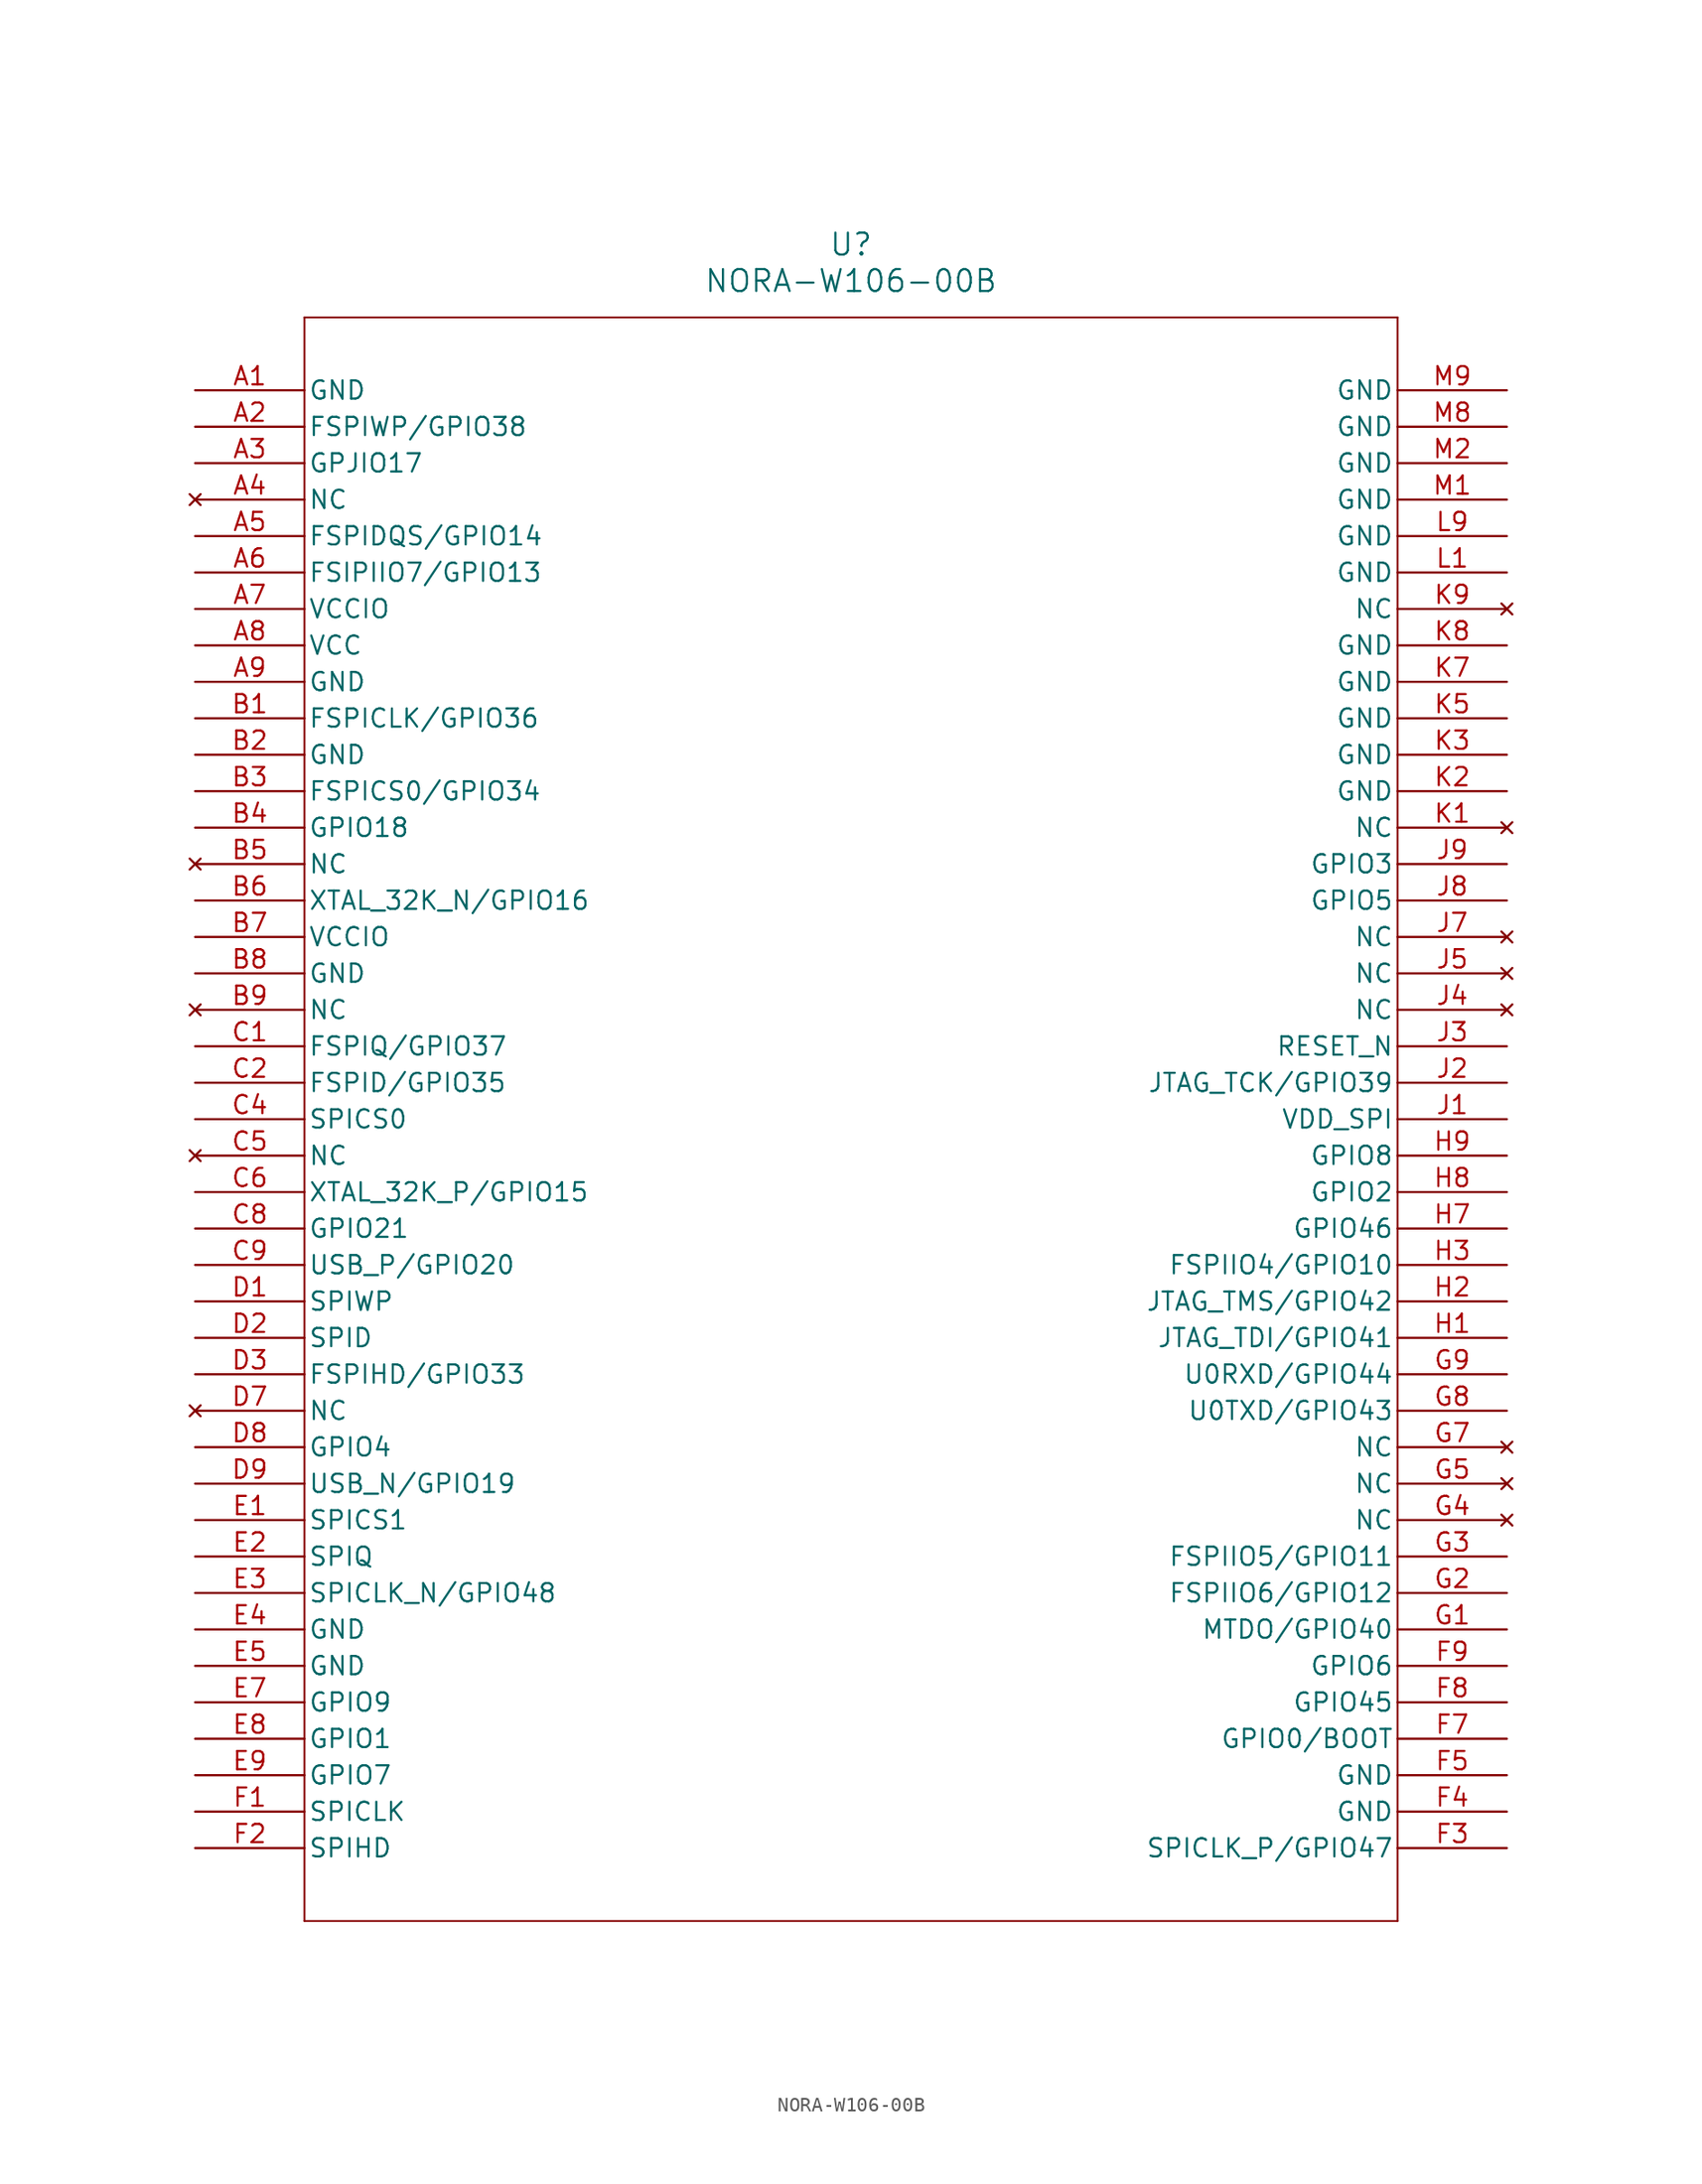
<source format=kicad_sym>
(kicad_symbol_lib
  (version 20211014)
  (generator kicad_symbol_editor)
  (symbol "NORA-W106-00B"
    (pin_names
      (offset 0.254))
    (property "Reference" "U"
      (at 45.72 10.16 0)
      (effects (font (size 1.524 1.524))))
    (property "Value" "NORA-W106-00B"
      (at 45.72 7.62 0)
      (effects (font (size 1.524 1.524))))
    (symbol "NORA-W106-00B_0_1"
      (polyline (pts (xy 7.62 5.08) (xy 7.62 -106.68)) (stroke (width 0.127) (type default) (color 0 0 0 0)) (fill (type none)))
      (polyline (pts (xy 7.62 -106.68) (xy 83.82 -106.68)) (stroke (width 0.127) (type default) (color 0 0 0 0)) (fill (type none)))
      (polyline (pts (xy 83.82 -106.68) (xy 83.82 5.08)) (stroke (width 0.127) (type default) (color 0 0 0 0)) (fill (type none)))
      (polyline (pts (xy 83.82 5.08) (xy 7.62 5.08)) (stroke (width 0.127) (type default) (color 0 0 0 0)) (fill (type none)))
      (pin power_out line (at 0 0 0) (length 7.62) (name "GND" (effects (font (size 1.27 1.27)))) (number "A1" (effects (font (size 1.27 1.27)))))
      (pin bidirectional line (at 0 -2.54 0) (length 7.62) (name "FSPIWP/GPIO38" (effects (font (size 1.27 1.27)))) (number "A2" (effects (font (size 1.27 1.27)))))
      (pin bidirectional line (at 0 -5.08 0) (length 7.62) (name "GPJIO17" (effects (font (size 1.27 1.27)))) (number "A3" (effects (font (size 1.27 1.27)))))
      (pin no_connect line (at 0 -7.62 0) (length 7.62) (name "NC" (effects (font (size 1.27 1.27)))) (number "A4" (effects (font (size 1.27 1.27)))))
      (pin bidirectional line (at 0 -10.16 0) (length 7.62) (name "FSPIDQS/GPIO14" (effects (font (size 1.27 1.27)))) (number "A5" (effects (font (size 1.27 1.27)))))
      (pin bidirectional line (at 0 -12.7 0) (length 7.62) (name "FSIPIIO7/GPIO13" (effects (font (size 1.27 1.27)))) (number "A6" (effects (font (size 1.27 1.27)))))
      (pin power_in line (at 0 -15.24 0) (length 7.62) (name "VCCIO" (effects (font (size 1.27 1.27)))) (number "A7" (effects (font (size 1.27 1.27)))))
      (pin power_in line (at 0 -17.78 0) (length 7.62) (name "VCC" (effects (font (size 1.27 1.27)))) (number "A8" (effects (font (size 1.27 1.27)))))
      (pin power_out line (at 0 -20.32 0) (length 7.62) (name "GND" (effects (font (size 1.27 1.27)))) (number "A9" (effects (font (size 1.27 1.27)))))
      (pin bidirectional line (at 0 -22.86 0) (length 7.62) (name "FSPICLK/GPIO36" (effects (font (size 1.27 1.27)))) (number "B1" (effects (font (size 1.27 1.27)))))
      (pin power_out line (at 0 -25.4 0) (length 7.62) (name "GND" (effects (font (size 1.27 1.27)))) (number "B2" (effects (font (size 1.27 1.27)))))
      (pin bidirectional line (at 0 -27.94 0) (length 7.62) (name "FSPICS0/GPIO34" (effects (font (size 1.27 1.27)))) (number "B3" (effects (font (size 1.27 1.27)))))
      (pin bidirectional line (at 0 -30.48 0) (length 7.62) (name "GPIO18" (effects (font (size 1.27 1.27)))) (number "B4" (effects (font (size 1.27 1.27)))))
      (pin no_connect line (at 0 -33.02 0) (length 7.62) (name "NC" (effects (font (size 1.27 1.27)))) (number "B5" (effects (font (size 1.27 1.27)))))
      (pin bidirectional line (at 0 -35.56 0) (length 7.62) (name "XTAL_32K_N/GPIO16" (effects (font (size 1.27 1.27)))) (number "B6" (effects (font (size 1.27 1.27)))))
      (pin power_in line (at 0 -38.1 0) (length 7.62) (name "VCCIO" (effects (font (size 1.27 1.27)))) (number "B7" (effects (font (size 1.27 1.27)))))
      (pin power_out line (at 0 -40.64 0) (length 7.62) (name "GND" (effects (font (size 1.27 1.27)))) (number "B8" (effects (font (size 1.27 1.27)))))
      (pin no_connect line (at 0 -43.18 0) (length 7.62) (name "NC" (effects (font (size 1.27 1.27)))) (number "B9" (effects (font (size 1.27 1.27)))))
      (pin bidirectional line (at 0 -45.72 0) (length 7.62) (name "FSPIQ/GPIO37" (effects (font (size 1.27 1.27)))) (number "C1" (effects (font (size 1.27 1.27)))))
      (pin bidirectional line (at 0 -48.26 0) (length 7.62) (name "FSPID/GPIO35" (effects (font (size 1.27 1.27)))) (number "C2" (effects (font (size 1.27 1.27)))))
      (pin bidirectional line (at 0 -50.8 0) (length 7.62) (name "SPICS0" (effects (font (size 1.27 1.27)))) (number "C4" (effects (font (size 1.27 1.27)))))
      (pin no_connect line (at 0 -53.34 0) (length 7.62) (name "NC" (effects (font (size 1.27 1.27)))) (number "C5" (effects (font (size 1.27 1.27)))))
      (pin bidirectional line (at 0 -55.88 0) (length 7.62) (name "XTAL_32K_P/GPIO15" (effects (font (size 1.27 1.27)))) (number "C6" (effects (font (size 1.27 1.27)))))
      (pin bidirectional line (at 0 -58.42 0) (length 7.62) (name "GPIO21" (effects (font (size 1.27 1.27)))) (number "C8" (effects (font (size 1.27 1.27)))))
      (pin bidirectional line (at 0 -60.96 0) (length 7.62) (name "USB_P/GPIO20" (effects (font (size 1.27 1.27)))) (number "C9" (effects (font (size 1.27 1.27)))))
      (pin bidirectional line (at 0 -63.5 0) (length 7.62) (name "SPIWP" (effects (font (size 1.27 1.27)))) (number "D1" (effects (font (size 1.27 1.27)))))
      (pin bidirectional line (at 0 -66.04 0) (length 7.62) (name "SPID" (effects (font (size 1.27 1.27)))) (number "D2" (effects (font (size 1.27 1.27)))))
      (pin bidirectional line (at 0 -68.58 0) (length 7.62) (name "FSPIHD/GPIO33" (effects (font (size 1.27 1.27)))) (number "D3" (effects (font (size 1.27 1.27)))))
      (pin no_connect line (at 0 -71.12 0) (length 7.62) (name "NC" (effects (font (size 1.27 1.27)))) (number "D7" (effects (font (size 1.27 1.27)))))
      (pin bidirectional line (at 0 -73.66 0) (length 7.62) (name "GPIO4" (effects (font (size 1.27 1.27)))) (number "D8" (effects (font (size 1.27 1.27)))))
      (pin bidirectional line (at 0 -76.2 0) (length 7.62) (name "USB_N/GPIO19" (effects (font (size 1.27 1.27)))) (number "D9" (effects (font (size 1.27 1.27)))))
      (pin bidirectional line (at 0 -78.74 0) (length 7.62) (name "SPICS1" (effects (font (size 1.27 1.27)))) (number "E1" (effects (font (size 1.27 1.27)))))
      (pin bidirectional line (at 0 -81.28 0) (length 7.62) (name "SPIQ" (effects (font (size 1.27 1.27)))) (number "E2" (effects (font (size 1.27 1.27)))))
      (pin bidirectional line (at 0 -83.82 0) (length 7.62) (name "SPICLK_N/GPIO48" (effects (font (size 1.27 1.27)))) (number "E3" (effects (font (size 1.27 1.27)))))
      (pin power_out line (at 0 -86.36 0) (length 7.62) (name "GND" (effects (font (size 1.27 1.27)))) (number "E4" (effects (font (size 1.27 1.27)))))
      (pin power_out line (at 0 -88.9 0) (length 7.62) (name "GND" (effects (font (size 1.27 1.27)))) (number "E5" (effects (font (size 1.27 1.27)))))
      (pin bidirectional line (at 0 -91.44 0) (length 7.62) (name "GPIO9" (effects (font (size 1.27 1.27)))) (number "E7" (effects (font (size 1.27 1.27)))))
      (pin bidirectional line (at 0 -93.98 0) (length 7.62) (name "GPIO1" (effects (font (size 1.27 1.27)))) (number "E8" (effects (font (size 1.27 1.27)))))
      (pin bidirectional line (at 0 -96.52 0) (length 7.62) (name "GPIO7" (effects (font (size 1.27 1.27)))) (number "E9" (effects (font (size 1.27 1.27)))))
      (pin bidirectional line (at 0 -99.06 0) (length 7.62) (name "SPICLK" (effects (font (size 1.27 1.27)))) (number "F1" (effects (font (size 1.27 1.27)))))
      (pin bidirectional line (at 0 -101.6 0) (length 7.62) (name "SPIHD" (effects (font (size 1.27 1.27)))) (number "F2" (effects (font (size 1.27 1.27)))))
      (pin bidirectional line (at 91.44 -101.6 180) (length 7.62) (name "SPICLK_P/GPIO47" (effects (font (size 1.27 1.27)))) (number "F3" (effects (font (size 1.27 1.27)))))
      (pin power_out line (at 91.44 -99.06 180) (length 7.62) (name "GND" (effects (font (size 1.27 1.27)))) (number "F4" (effects (font (size 1.27 1.27)))))
      (pin power_out line (at 91.44 -96.52 180) (length 7.62) (name "GND" (effects (font (size 1.27 1.27)))) (number "F5" (effects (font (size 1.27 1.27)))))
      (pin bidirectional line (at 91.44 -93.98 180) (length 7.62) (name "GPIO0/BOOT" (effects (font (size 1.27 1.27)))) (number "F7" (effects (font (size 1.27 1.27)))))
      (pin bidirectional line (at 91.44 -91.44 180) (length 7.62) (name "GPIO45" (effects (font (size 1.27 1.27)))) (number "F8" (effects (font (size 1.27 1.27)))))
      (pin bidirectional line (at 91.44 -88.9 180) (length 7.62) (name "GPIO6" (effects (font (size 1.27 1.27)))) (number "F9" (effects (font (size 1.27 1.27)))))
      (pin bidirectional line (at 91.44 -86.36 180) (length 7.62) (name "MTDO/GPIO40" (effects (font (size 1.27 1.27)))) (number "G1" (effects (font (size 1.27 1.27)))))
      (pin bidirectional line (at 91.44 -83.82 180) (length 7.62) (name "FSPIIO6/GPIO12" (effects (font (size 1.27 1.27)))) (number "G2" (effects (font (size 1.27 1.27)))))
      (pin bidirectional line (at 91.44 -81.28 180) (length 7.62) (name "FSPIIO5/GPIO11" (effects (font (size 1.27 1.27)))) (number "G3" (effects (font (size 1.27 1.27)))))
      (pin no_connect line (at 91.44 -78.74 180) (length 7.62) (name "NC" (effects (font (size 1.27 1.27)))) (number "G4" (effects (font (size 1.27 1.27)))))
      (pin no_connect line (at 91.44 -76.2 180) (length 7.62) (name "NC" (effects (font (size 1.27 1.27)))) (number "G5" (effects (font (size 1.27 1.27)))))
      (pin no_connect line (at 91.44 -73.66 180) (length 7.62) (name "NC" (effects (font (size 1.27 1.27)))) (number "G7" (effects (font (size 1.27 1.27)))))
      (pin bidirectional line (at 91.44 -71.12 180) (length 7.62) (name "U0TXD/GPIO43" (effects (font (size 1.27 1.27)))) (number "G8" (effects (font (size 1.27 1.27)))))
      (pin bidirectional line (at 91.44 -68.58 180) (length 7.62) (name "U0RXD/GPIO44" (effects (font (size 1.27 1.27)))) (number "G9" (effects (font (size 1.27 1.27)))))
      (pin bidirectional line (at 91.44 -66.04 180) (length 7.62) (name "JTAG_TDI/GPIO41" (effects (font (size 1.27 1.27)))) (number "H1" (effects (font (size 1.27 1.27)))))
      (pin bidirectional line (at 91.44 -63.5 180) (length 7.62) (name "JTAG_TMS/GPIO42" (effects (font (size 1.27 1.27)))) (number "H2" (effects (font (size 1.27 1.27)))))
      (pin bidirectional line (at 91.44 -60.96 180) (length 7.62) (name "FSPIIO4/GPIO10" (effects (font (size 1.27 1.27)))) (number "H3" (effects (font (size 1.27 1.27)))))
      (pin bidirectional line (at 91.44 -58.42 180) (length 7.62) (name "GPIO46" (effects (font (size 1.27 1.27)))) (number "H7" (effects (font (size 1.27 1.27)))))
      (pin bidirectional line (at 91.44 -55.88 180) (length 7.62) (name "GPIO2" (effects (font (size 1.27 1.27)))) (number "H8" (effects (font (size 1.27 1.27)))))
      (pin bidirectional line (at 91.44 -53.34 180) (length 7.62) (name "GPIO8" (effects (font (size 1.27 1.27)))) (number "H9" (effects (font (size 1.27 1.27)))))
      (pin power_in line (at 91.44 -50.8 180) (length 7.62) (name "VDD_SPI" (effects (font (size 1.27 1.27)))) (number "J1" (effects (font (size 1.27 1.27)))))
      (pin bidirectional line (at 91.44 -48.26 180) (length 7.62) (name "JTAG_TCK/GPIO39" (effects (font (size 1.27 1.27)))) (number "J2" (effects (font (size 1.27 1.27)))))
      (pin input line (at 91.44 -45.72 180) (length 7.62) (name "RESET_N" (effects (font (size 1.27 1.27)))) (number "J3" (effects (font (size 1.27 1.27)))))
      (pin no_connect line (at 91.44 -43.18 180) (length 7.62) (name "NC" (effects (font (size 1.27 1.27)))) (number "J4" (effects (font (size 1.27 1.27)))))
      (pin no_connect line (at 91.44 -40.64 180) (length 7.62) (name "NC" (effects (font (size 1.27 1.27)))) (number "J5" (effects (font (size 1.27 1.27)))))
      (pin no_connect line (at 91.44 -38.1 180) (length 7.62) (name "NC" (effects (font (size 1.27 1.27)))) (number "J7" (effects (font (size 1.27 1.27)))))
      (pin bidirectional line (at 91.44 -35.56 180) (length 7.62) (name "GPIO5" (effects (font (size 1.27 1.27)))) (number "J8" (effects (font (size 1.27 1.27)))))
      (pin bidirectional line (at 91.44 -33.02 180) (length 7.62) (name "GPIO3" (effects (font (size 1.27 1.27)))) (number "J9" (effects (font (size 1.27 1.27)))))
      (pin no_connect line (at 91.44 -30.48 180) (length 7.62) (name "NC" (effects (font (size 1.27 1.27)))) (number "K1" (effects (font (size 1.27 1.27)))))
      (pin power_out line (at 91.44 -27.94 180) (length 7.62) (name "GND" (effects (font (size 1.27 1.27)))) (number "K2" (effects (font (size 1.27 1.27)))))
      (pin power_out line (at 91.44 -25.4 180) (length 7.62) (name "GND" (effects (font (size 1.27 1.27)))) (number "K3" (effects (font (size 1.27 1.27)))))
      (pin power_out line (at 91.44 -22.86 180) (length 7.62) (name "GND" (effects (font (size 1.27 1.27)))) (number "K5" (effects (font (size 1.27 1.27)))))
      (pin power_out line (at 91.44 -20.32 180) (length 7.62) (name "GND" (effects (font (size 1.27 1.27)))) (number "K7" (effects (font (size 1.27 1.27)))))
      (pin power_out line (at 91.44 -17.78 180) (length 7.62) (name "GND" (effects (font (size 1.27 1.27)))) (number "K8" (effects (font (size 1.27 1.27)))))
      (pin no_connect line (at 91.44 -15.24 180) (length 7.62) (name "NC" (effects (font (size 1.27 1.27)))) (number "K9" (effects (font (size 1.27 1.27)))))
      (pin power_out line (at 91.44 -12.7 180) (length 7.62) (name "GND" (effects (font (size 1.27 1.27)))) (number "L1" (effects (font (size 1.27 1.27)))))
      (pin power_out line (at 91.44 -10.16 180) (length 7.62) (name "GND" (effects (font (size 1.27 1.27)))) (number "L9" (effects (font (size 1.27 1.27)))))
      (pin power_out line (at 91.44 -7.62 180) (length 7.62) (name "GND" (effects (font (size 1.27 1.27)))) (number "M1" (effects (font (size 1.27 1.27)))))
      (pin power_out line (at 91.44 -5.08 180) (length 7.62) (name "GND" (effects (font (size 1.27 1.27)))) (number "M2" (effects (font (size 1.27 1.27)))))
      (pin power_out line (at 91.44 -2.54 180) (length 7.62) (name "GND" (effects (font (size 1.27 1.27)))) (number "M8" (effects (font (size 1.27 1.27)))))
      (pin power_out line (at 91.44 0 180) (length 7.62) (name "GND" (effects (font (size 1.27 1.27)))) (number "M9" (effects (font (size 1.27 1.27))))))))
</source>
